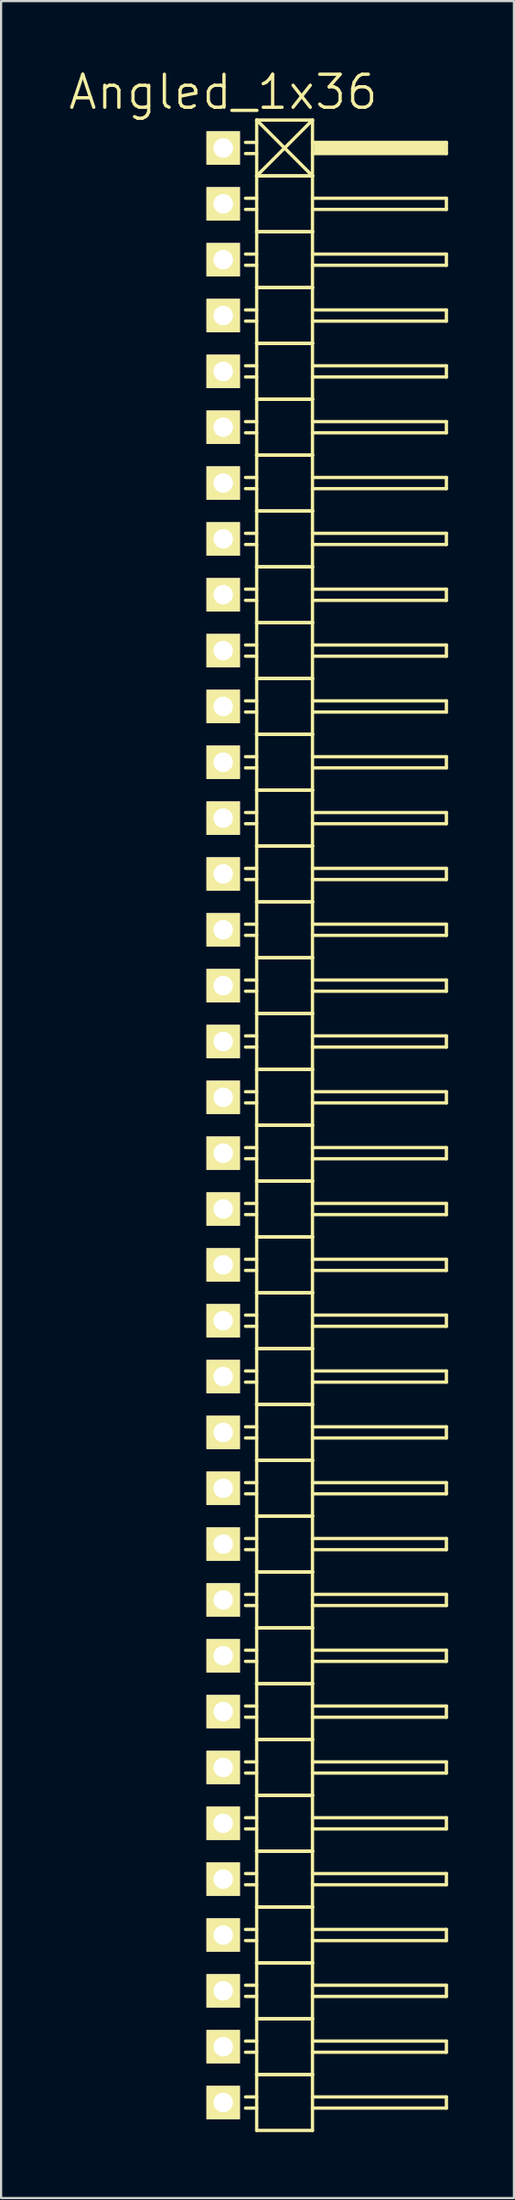
<source format=kicad_pcb>
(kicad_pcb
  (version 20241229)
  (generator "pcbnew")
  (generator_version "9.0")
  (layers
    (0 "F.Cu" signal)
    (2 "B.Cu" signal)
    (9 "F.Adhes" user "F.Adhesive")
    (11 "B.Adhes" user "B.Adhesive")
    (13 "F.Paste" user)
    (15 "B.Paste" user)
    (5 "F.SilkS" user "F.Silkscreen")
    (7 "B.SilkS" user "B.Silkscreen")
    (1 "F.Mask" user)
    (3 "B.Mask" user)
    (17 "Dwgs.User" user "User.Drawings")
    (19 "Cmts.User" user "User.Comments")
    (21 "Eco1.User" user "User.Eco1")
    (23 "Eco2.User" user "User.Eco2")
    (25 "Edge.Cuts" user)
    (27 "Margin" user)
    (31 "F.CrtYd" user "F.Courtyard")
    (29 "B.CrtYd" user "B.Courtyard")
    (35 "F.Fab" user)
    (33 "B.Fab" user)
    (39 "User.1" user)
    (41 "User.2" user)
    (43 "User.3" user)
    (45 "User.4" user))
  (footprint "Angled_1x36"
    (layer "F.Cu")
    (at 7.111 48.131)
    (property "Reference" "Angled_1x36" (at 0 -46.99 0) (layer "F.SilkS") (effects (font (size 1.5 1.5) (thickness 0.15))))
    (attr through_hole)
    (fp_line (start 1.524 -45.72) (end 1.524 -43.18) (stroke (width 0.15) (type solid)) (layer "F.SilkS"))
    (fp_line (start 1.524 -45.72) (end 4.064 -45.72) (stroke (width 0.15) (type solid)) (layer "F.SilkS"))
    (fp_line (start 1.524 -44.704) (end 1.016 -44.704) (stroke (width 0.15) (type solid)) (layer "F.SilkS"))
    (fp_line (start 1.524 -44.196) (end 1.016 -44.196) (stroke (width 0.15) (type solid)) (layer "F.SilkS"))
    (fp_line (start 1.524 -43.18) (end 1.524 -40.64) (stroke (width 0.15) (type solid)) (layer "F.SilkS"))
    (fp_line (start 1.524 -43.18) (end 4.064 -43.18) (stroke (width 0.15) (type solid)) (layer "F.SilkS"))
    (fp_line (start 1.524 -43.18) (end 4.064 -43.18) (stroke (width 0.15) (type solid)) (layer "F.SilkS"))
    (fp_line (start 1.524 -42.164) (end 1.016 -42.164) (stroke (width 0.15) (type solid)) (layer "F.SilkS"))
    (fp_line (start 1.524 -41.656) (end 1.016 -41.656) (stroke (width 0.15) (type solid)) (layer "F.SilkS"))
    (fp_line (start 1.524 -40.64) (end 1.524 -38.1) (stroke (width 0.15) (type solid)) (layer "F.SilkS"))
    (fp_line (start 1.524 -40.64) (end 4.064 -40.64) (stroke (width 0.15) (type solid)) (layer "F.SilkS"))
    (fp_line (start 1.524 -40.64) (end 4.064 -40.64) (stroke (width 0.15) (type solid)) (layer "F.SilkS"))
    (fp_line (start 1.524 -39.624) (end 1.016 -39.624) (stroke (width 0.15) (type solid)) (layer "F.SilkS"))
    (fp_line (start 1.524 -39.116) (end 1.016 -39.116) (stroke (width 0.15) (type solid)) (layer "F.SilkS"))
    (fp_line (start 1.524 -38.1) (end 1.524 -35.56) (stroke (width 0.15) (type solid)) (layer "F.SilkS"))
    (fp_line (start 1.524 -38.1) (end 4.064 -38.1) (stroke (width 0.15) (type solid)) (layer "F.SilkS"))
    (fp_line (start 1.524 -38.1) (end 4.064 -38.1) (stroke (width 0.15) (type solid)) (layer "F.SilkS"))
    (fp_line (start 1.524 -37.084) (end 1.016 -37.084) (stroke (width 0.15) (type solid)) (layer "F.SilkS"))
    (fp_line (start 1.524 -36.576) (end 1.016 -36.576) (stroke (width 0.15) (type solid)) (layer "F.SilkS"))
    (fp_line (start 1.524 -35.56) (end 1.524 -33.02) (stroke (width 0.15) (type solid)) (layer "F.SilkS"))
    (fp_line (start 1.524 -35.56) (end 4.064 -35.56) (stroke (width 0.15) (type solid)) (layer "F.SilkS"))
    (fp_line (start 1.524 -35.56) (end 4.064 -35.56) (stroke (width 0.15) (type solid)) (layer "F.SilkS"))
    (fp_line (start 1.524 -34.544) (end 1.016 -34.544) (stroke (width 0.15) (type solid)) (layer "F.SilkS"))
    (fp_line (start 1.524 -34.036) (end 1.016 -34.036) (stroke (width 0.15) (type solid)) (layer "F.SilkS"))
    (fp_line (start 1.524 -33.02) (end 1.524 -30.48) (stroke (width 0.15) (type solid)) (layer "F.SilkS"))
    (fp_line (start 1.524 -33.02) (end 4.064 -33.02) (stroke (width 0.15) (type solid)) (layer "F.SilkS"))
    (fp_line (start 1.524 -33.02) (end 4.064 -33.02) (stroke (width 0.15) (type solid)) (layer "F.SilkS"))
    (fp_line (start 1.524 -32.004) (end 1.016 -32.004) (stroke (width 0.15) (type solid)) (layer "F.SilkS"))
    (fp_line (start 1.524 -31.496) (end 1.016 -31.496) (stroke (width 0.15) (type solid)) (layer "F.SilkS"))
    (fp_line (start 1.524 -30.48) (end 1.524 -27.94) (stroke (width 0.15) (type solid)) (layer "F.SilkS"))
    (fp_line (start 1.524 -30.48) (end 4.064 -30.48) (stroke (width 0.15) (type solid)) (layer "F.SilkS"))
    (fp_line (start 1.524 -30.48) (end 4.064 -30.48) (stroke (width 0.15) (type solid)) (layer "F.SilkS"))
    (fp_line (start 1.524 -29.464) (end 1.016 -29.464) (stroke (width 0.15) (type solid)) (layer "F.SilkS"))
    (fp_line (start 1.524 -28.956) (end 1.016 -28.956) (stroke (width 0.15) (type solid)) (layer "F.SilkS"))
    (fp_line (start 1.524 -27.94) (end 1.524 -25.4) (stroke (width 0.15) (type solid)) (layer "F.SilkS"))
    (fp_line (start 1.524 -27.94) (end 4.064 -27.94) (stroke (width 0.15) (type solid)) (layer "F.SilkS"))
    (fp_line (start 1.524 -27.94) (end 4.064 -27.94) (stroke (width 0.15) (type solid)) (layer "F.SilkS"))
    (fp_line (start 1.524 -26.924) (end 1.016 -26.924) (stroke (width 0.15) (type solid)) (layer "F.SilkS"))
    (fp_line (start 1.524 -26.416) (end 1.016 -26.416) (stroke (width 0.15) (type solid)) (layer "F.SilkS"))
    (fp_line (start 1.524 -25.4) (end 1.524 -22.86) (stroke (width 0.15) (type solid)) (layer "F.SilkS"))
    (fp_line (start 1.524 -25.4) (end 4.064 -25.4) (stroke (width 0.15) (type solid)) (layer "F.SilkS"))
    (fp_line (start 1.524 -25.4) (end 4.064 -25.4) (stroke (width 0.15) (type solid)) (layer "F.SilkS"))
    (fp_line (start 1.524 -24.384) (end 1.016 -24.384) (stroke (width 0.15) (type solid)) (layer "F.SilkS"))
    (fp_line (start 1.524 -23.876) (end 1.016 -23.876) (stroke (width 0.15) (type solid)) (layer "F.SilkS"))
    (fp_line (start 1.524 -22.86) (end 1.524 -20.32) (stroke (width 0.15) (type solid)) (layer "F.SilkS"))
    (fp_line (start 1.524 -22.86) (end 4.064 -22.86) (stroke (width 0.15) (type solid)) (layer "F.SilkS"))
    (fp_line (start 1.524 -22.86) (end 4.064 -22.86) (stroke (width 0.15) (type solid)) (layer "F.SilkS"))
    (fp_line (start 1.524 -21.844) (end 1.016 -21.844) (stroke (width 0.15) (type solid)) (layer "F.SilkS"))
    (fp_line (start 1.524 -21.336) (end 1.016 -21.336) (stroke (width 0.15) (type solid)) (layer "F.SilkS"))
    (fp_line (start 1.524 -20.32) (end 1.524 -17.78) (stroke (width 0.15) (type solid)) (layer "F.SilkS"))
    (fp_line (start 1.524 -20.32) (end 4.064 -20.32) (stroke (width 0.15) (type solid)) (layer "F.SilkS"))
    (fp_line (start 1.524 -20.32) (end 4.064 -20.32) (stroke (width 0.15) (type solid)) (layer "F.SilkS"))
    (fp_line (start 1.524 -19.304) (end 1.016 -19.304) (stroke (width 0.15) (type solid)) (layer "F.SilkS"))
    (fp_line (start 1.524 -18.796) (end 1.016 -18.796) (stroke (width 0.15) (type solid)) (layer "F.SilkS"))
    (fp_line (start 1.524 -17.78) (end 1.524 -15.24) (stroke (width 0.15) (type solid)) (layer "F.SilkS"))
    (fp_line (start 1.524 -17.78) (end 4.064 -17.78) (stroke (width 0.15) (type solid)) (layer "F.SilkS"))
    (fp_line (start 1.524 -17.78) (end 4.064 -17.78) (stroke (width 0.15) (type solid)) (layer "F.SilkS"))
    (fp_line (start 1.524 -16.764) (end 1.016 -16.764) (stroke (width 0.15) (type solid)) (layer "F.SilkS"))
    (fp_line (start 1.524 -16.256) (end 1.016 -16.256) (stroke (width 0.15) (type solid)) (layer "F.SilkS"))
    (fp_line (start 1.524 -15.24) (end 1.524 -12.7) (stroke (width 0.15) (type solid)) (layer "F.SilkS"))
    (fp_line (start 1.524 -15.24) (end 4.064 -15.24) (stroke (width 0.15) (type solid)) (layer "F.SilkS"))
    (fp_line (start 1.524 -15.24) (end 4.064 -15.24) (stroke (width 0.15) (type solid)) (layer "F.SilkS"))
    (fp_line (start 1.524 -14.224) (end 1.016 -14.224) (stroke (width 0.15) (type solid)) (layer "F.SilkS"))
    (fp_line (start 1.524 -13.716) (end 1.016 -13.716) (stroke (width 0.15) (type solid)) (layer "F.SilkS"))
    (fp_line (start 1.524 -12.7) (end 1.524 -10.16) (stroke (width 0.15) (type solid)) (layer "F.SilkS"))
    (fp_line (start 1.524 -12.7) (end 4.064 -12.7) (stroke (width 0.15) (type solid)) (layer "F.SilkS"))
    (fp_line (start 1.524 -12.7) (end 4.064 -12.7) (stroke (width 0.15) (type solid)) (layer "F.SilkS"))
    (fp_line (start 1.524 -11.684) (end 1.016 -11.684) (stroke (width 0.15) (type solid)) (layer "F.SilkS"))
    (fp_line (start 1.524 -11.176) (end 1.016 -11.176) (stroke (width 0.15) (type solid)) (layer "F.SilkS"))
    (fp_line (start 1.524 -10.16) (end 1.524 -7.62) (stroke (width 0.15) (type solid)) (layer "F.SilkS"))
    (fp_line (start 1.524 -10.16) (end 4.064 -10.16) (stroke (width 0.15) (type solid)) (layer "F.SilkS"))
    (fp_line (start 1.524 -10.16) (end 4.064 -10.16) (stroke (width 0.15) (type solid)) (layer "F.SilkS"))
    (fp_line (start 1.524 -9.144) (end 1.016 -9.144) (stroke (width 0.15) (type solid)) (layer "F.SilkS"))
    (fp_line (start 1.524 -8.636) (end 1.016 -8.636) (stroke (width 0.15) (type solid)) (layer "F.SilkS"))
    (fp_line (start 1.524 -7.62) (end 1.524 -5.08) (stroke (width 0.15) (type solid)) (layer "F.SilkS"))
    (fp_line (start 1.524 -7.62) (end 4.064 -7.62) (stroke (width 0.15) (type solid)) (layer "F.SilkS"))
    (fp_line (start 1.524 -7.62) (end 4.064 -7.62) (stroke (width 0.15) (type solid)) (layer "F.SilkS"))
    (fp_line (start 1.524 -6.604) (end 1.016 -6.604) (stroke (width 0.15) (type solid)) (layer "F.SilkS"))
    (fp_line (start 1.524 -6.096) (end 1.016 -6.096) (stroke (width 0.15) (type solid)) (layer "F.SilkS"))
    (fp_line (start 1.524 -5.08) (end 1.524 -2.54) (stroke (width 0.15) (type solid)) (layer "F.SilkS"))
    (fp_line (start 1.524 -5.08) (end 4.064 -5.08) (stroke (width 0.15) (type solid)) (layer "F.SilkS"))
    (fp_line (start 1.524 -5.08) (end 4.064 -5.08) (stroke (width 0.15) (type solid)) (layer "F.SilkS"))
    (fp_line (start 1.524 -4.064) (end 1.016 -4.064) (stroke (width 0.15) (type solid)) (layer "F.SilkS"))
    (fp_line (start 1.524 -3.556) (end 1.016 -3.556) (stroke (width 0.15) (type solid)) (layer "F.SilkS"))
    (fp_line (start 1.524 -2.54) (end 1.524 0) (stroke (width 0.15) (type solid)) (layer "F.SilkS"))
    (fp_line (start 1.524 -2.54) (end 4.064 -2.54) (stroke (width 0.15) (type solid)) (layer "F.SilkS"))
    (fp_line (start 1.524 -2.54) (end 4.064 -2.54) (stroke (width 0.15) (type solid)) (layer "F.SilkS"))
    (fp_line (start 1.524 -1.524) (end 1.016 -1.524) (stroke (width 0.15) (type solid)) (layer "F.SilkS"))
    (fp_line (start 1.524 -1.016) (end 1.016 -1.016) (stroke (width 0.15) (type solid)) (layer "F.SilkS"))
    (fp_line (start 1.524 0) (end 1.524 2.54) (stroke (width 0.15) (type solid)) (layer "F.SilkS"))
    (fp_line (start 1.524 0) (end 4.064 0) (stroke (width 0.15) (type solid)) (layer "F.SilkS"))
    (fp_line (start 1.524 0) (end 4.064 0) (stroke (width 0.15) (type solid)) (layer "F.SilkS"))
    (fp_line (start 1.524 1.016) (end 1.016 1.016) (stroke (width 0.15) (type solid)) (layer "F.SilkS"))
    (fp_line (start 1.524 1.524) (end 1.016 1.524) (stroke (width 0.15) (type solid)) (layer "F.SilkS"))
    (fp_line (start 1.524 2.54) (end 1.524 5.08) (stroke (width 0.15) (type solid)) (layer "F.SilkS"))
    (fp_line (start 1.524 2.54) (end 4.064 2.54) (stroke (width 0.15) (type solid)) (layer "F.SilkS"))
    (fp_line (start 1.524 2.54) (end 4.064 2.54) (stroke (width 0.15) (type solid)) (layer "F.SilkS"))
    (fp_line (start 1.524 3.556) (end 1.016 3.556) (stroke (width 0.15) (type solid)) (layer "F.SilkS"))
    (fp_line (start 1.524 4.064) (end 1.016 4.064) (stroke (width 0.15) (type solid)) (layer "F.SilkS"))
    (fp_line (start 1.524 5.08) (end 1.524 7.62) (stroke (width 0.15) (type solid)) (layer "F.SilkS"))
    (fp_line (start 1.524 5.08) (end 4.064 5.08) (stroke (width 0.15) (type solid)) (layer "F.SilkS"))
    (fp_line (start 1.524 5.08) (end 4.064 5.08) (stroke (width 0.15) (type solid)) (layer "F.SilkS"))
    (fp_line (start 1.524 6.096) (end 1.016 6.096) (stroke (width 0.15) (type solid)) (layer "F.SilkS"))
    (fp_line (start 1.524 6.604) (end 1.016 6.604) (stroke (width 0.15) (type solid)) (layer "F.SilkS"))
    (fp_line (start 1.524 7.62) (end 1.524 10.16) (stroke (width 0.15) (type solid)) (layer "F.SilkS"))
    (fp_line (start 1.524 7.62) (end 4.064 7.62) (stroke (width 0.15) (type solid)) (layer "F.SilkS"))
    (fp_line (start 1.524 7.62) (end 4.064 7.62) (stroke (width 0.15) (type solid)) (layer "F.SilkS"))
    (fp_line (start 1.524 8.636) (end 1.016 8.636) (stroke (width 0.15) (type solid)) (layer "F.SilkS"))
    (fp_line (start 1.524 9.144) (end 1.016 9.144) (stroke (width 0.15) (type solid)) (layer "F.SilkS"))
    (fp_line (start 1.524 10.16) (end 1.524 12.7) (stroke (width 0.15) (type solid)) (layer "F.SilkS"))
    (fp_line (start 1.524 10.16) (end 4.064 10.16) (stroke (width 0.15) (type solid)) (layer "F.SilkS"))
    (fp_line (start 1.524 10.16) (end 4.064 10.16) (stroke (width 0.15) (type solid)) (layer "F.SilkS"))
    (fp_line (start 1.524 11.176) (end 1.016 11.176) (stroke (width 0.15) (type solid)) (layer "F.SilkS"))
    (fp_line (start 1.524 11.684) (end 1.016 11.684) (stroke (width 0.15) (type solid)) (layer "F.SilkS"))
    (fp_line (start 1.524 12.7) (end 1.524 15.24) (stroke (width 0.15) (type solid)) (layer "F.SilkS"))
    (fp_line (start 1.524 12.7) (end 4.064 12.7) (stroke (width 0.15) (type solid)) (layer "F.SilkS"))
    (fp_line (start 1.524 12.7) (end 4.064 12.7) (stroke (width 0.15) (type solid)) (layer "F.SilkS"))
    (fp_line (start 1.524 13.716) (end 1.016 13.716) (stroke (width 0.15) (type solid)) (layer "F.SilkS"))
    (fp_line (start 1.524 14.224) (end 1.016 14.224) (stroke (width 0.15) (type solid)) (layer "F.SilkS"))
    (fp_line (start 1.524 15.24) (end 1.524 17.78) (stroke (width 0.15) (type solid)) (layer "F.SilkS"))
    (fp_line (start 1.524 15.24) (end 4.064 15.24) (stroke (width 0.15) (type solid)) (layer "F.SilkS"))
    (fp_line (start 1.524 15.24) (end 4.064 15.24) (stroke (width 0.15) (type solid)) (layer "F.SilkS"))
    (fp_line (start 1.524 16.256) (end 1.016 16.256) (stroke (width 0.15) (type solid)) (layer "F.SilkS"))
    (fp_line (start 1.524 16.764) (end 1.016 16.764) (stroke (width 0.15) (type solid)) (layer "F.SilkS"))
    (fp_line (start 1.524 17.78) (end 1.524 20.32) (stroke (width 0.15) (type solid)) (layer "F.SilkS"))
    (fp_line (start 1.524 17.78) (end 4.064 17.78) (stroke (width 0.15) (type solid)) (layer "F.SilkS"))
    (fp_line (start 1.524 17.78) (end 4.064 17.78) (stroke (width 0.15) (type solid)) (layer "F.SilkS"))
    (fp_line (start 1.524 18.796) (end 1.016 18.796) (stroke (width 0.15) (type solid)) (layer "F.SilkS"))
    (fp_line (start 1.524 19.304) (end 1.016 19.304) (stroke (width 0.15) (type solid)) (layer "F.SilkS"))
    (fp_line (start 1.524 20.32) (end 1.524 22.86) (stroke (width 0.15) (type solid)) (layer "F.SilkS"))
    (fp_line (start 1.524 20.32) (end 4.064 20.32) (stroke (width 0.15) (type solid)) (layer "F.SilkS"))
    (fp_line (start 1.524 20.32) (end 4.064 20.32) (stroke (width 0.15) (type solid)) (layer "F.SilkS"))
    (fp_line (start 1.524 21.336) (end 1.016 21.336) (stroke (width 0.15) (type solid)) (layer "F.SilkS"))
    (fp_line (start 1.524 21.844) (end 1.016 21.844) (stroke (width 0.15) (type solid)) (layer "F.SilkS"))
    (fp_line (start 1.524 22.86) (end 1.524 25.4) (stroke (width 0.15) (type solid)) (layer "F.SilkS"))
    (fp_line (start 1.524 22.86) (end 4.064 22.86) (stroke (width 0.15) (type solid)) (layer "F.SilkS"))
    (fp_line (start 1.524 22.86) (end 4.064 22.86) (stroke (width 0.15) (type solid)) (layer "F.SilkS"))
    (fp_line (start 1.524 23.876) (end 1.016 23.876) (stroke (width 0.15) (type solid)) (layer "F.SilkS"))
    (fp_line (start 1.524 24.384) (end 1.016 24.384) (stroke (width 0.15) (type solid)) (layer "F.SilkS"))
    (fp_line (start 1.524 25.4) (end 1.524 27.94) (stroke (width 0.15) (type solid)) (layer "F.SilkS"))
    (fp_line (start 1.524 25.4) (end 4.064 25.4) (stroke (width 0.15) (type solid)) (layer "F.SilkS"))
    (fp_line (start 1.524 25.4) (end 4.064 25.4) (stroke (width 0.15) (type solid)) (layer "F.SilkS"))
    (fp_line (start 1.524 26.416) (end 1.016 26.416) (stroke (width 0.15) (type solid)) (layer "F.SilkS"))
    (fp_line (start 1.524 26.924) (end 1.016 26.924) (stroke (width 0.15) (type solid)) (layer "F.SilkS"))
    (fp_line (start 1.524 27.94) (end 1.524 30.48) (stroke (width 0.15) (type solid)) (layer "F.SilkS"))
    (fp_line (start 1.524 27.94) (end 4.064 27.94) (stroke (width 0.15) (type solid)) (layer "F.SilkS"))
    (fp_line (start 1.524 27.94) (end 4.064 27.94) (stroke (width 0.15) (type solid)) (layer "F.SilkS"))
    (fp_line (start 1.524 28.956) (end 1.016 28.956) (stroke (width 0.15) (type solid)) (layer "F.SilkS"))
    (fp_line (start 1.524 29.464) (end 1.016 29.464) (stroke (width 0.15) (type solid)) (layer "F.SilkS"))
    (fp_line (start 1.524 30.48) (end 1.524 33.02) (stroke (width 0.15) (type solid)) (layer "F.SilkS"))
    (fp_line (start 1.524 30.48) (end 4.064 30.48) (stroke (width 0.15) (type solid)) (layer "F.SilkS"))
    (fp_line (start 1.524 30.48) (end 4.064 30.48) (stroke (width 0.15) (type solid)) (layer "F.SilkS"))
    (fp_line (start 1.524 31.496) (end 1.016 31.496) (stroke (width 0.15) (type solid)) (layer "F.SilkS"))
    (fp_line (start 1.524 32.004) (end 1.016 32.004) (stroke (width 0.15) (type solid)) (layer "F.SilkS"))
    (fp_line (start 1.524 33.02) (end 1.524 35.56) (stroke (width 0.15) (type solid)) (layer "F.SilkS"))
    (fp_line (start 1.524 33.02) (end 4.064 33.02) (stroke (width 0.15) (type solid)) (layer "F.SilkS"))
    (fp_line (start 1.524 33.02) (end 4.064 33.02) (stroke (width 0.15) (type solid)) (layer "F.SilkS"))
    (fp_line (start 1.524 34.036) (end 1.016 34.036) (stroke (width 0.15) (type solid)) (layer "F.SilkS"))
    (fp_line (start 1.524 34.544) (end 1.016 34.544) (stroke (width 0.15) (type solid)) (layer "F.SilkS"))
    (fp_line (start 1.524 35.56) (end 1.524 38.1) (stroke (width 0.15) (type solid)) (layer "F.SilkS"))
    (fp_line (start 1.524 35.56) (end 4.064 35.56) (stroke (width 0.15) (type solid)) (layer "F.SilkS"))
    (fp_line (start 1.524 35.56) (end 4.064 35.56) (stroke (width 0.15) (type solid)) (layer "F.SilkS"))
    (fp_line (start 1.524 36.576) (end 1.016 36.576) (stroke (width 0.15) (type solid)) (layer "F.SilkS"))
    (fp_line (start 1.524 37.084) (end 1.016 37.084) (stroke (width 0.15) (type solid)) (layer "F.SilkS"))
    (fp_line (start 1.524 38.1) (end 1.524 40.64) (stroke (width 0.15) (type solid)) (layer "F.SilkS"))
    (fp_line (start 1.524 38.1) (end 4.064 38.1) (stroke (width 0.15) (type solid)) (layer "F.SilkS"))
    (fp_line (start 1.524 38.1) (end 4.064 38.1) (stroke (width 0.15) (type solid)) (layer "F.SilkS"))
    (fp_line (start 1.524 39.116) (end 1.016 39.116) (stroke (width 0.15) (type solid)) (layer "F.SilkS"))
    (fp_line (start 1.524 39.624) (end 1.016 39.624) (stroke (width 0.15) (type solid)) (layer "F.SilkS"))
    (fp_line (start 1.524 40.64) (end 1.524 43.18) (stroke (width 0.15) (type solid)) (layer "F.SilkS"))
    (fp_line (start 1.524 40.64) (end 4.064 40.64) (stroke (width 0.15) (type solid)) (layer "F.SilkS"))
    (fp_line (start 1.524 40.64) (end 4.064 40.64) (stroke (width 0.15) (type solid)) (layer "F.SilkS"))
    (fp_line (start 1.524 41.656) (end 1.016 41.656) (stroke (width 0.15) (type solid)) (layer "F.SilkS"))
    (fp_line (start 1.524 42.164) (end 1.016 42.164) (stroke (width 0.15) (type solid)) (layer "F.SilkS"))
    (fp_line (start 1.524 43.18) (end 1.524 45.72) (stroke (width 0.15) (type solid)) (layer "F.SilkS"))
    (fp_line (start 1.524 43.18) (end 4.064 43.18) (stroke (width 0.15) (type solid)) (layer "F.SilkS"))
    (fp_line (start 1.524 43.18) (end 4.064 43.18) (stroke (width 0.15) (type solid)) (layer "F.SilkS"))
    (fp_line (start 1.524 44.196) (end 1.016 44.196) (stroke (width 0.15) (type solid)) (layer "F.SilkS"))
    (fp_line (start 1.524 44.704) (end 1.016 44.704) (stroke (width 0.15) (type solid)) (layer "F.SilkS"))
    (fp_line (start 1.524 45.72) (end 4.064 45.72) (stroke (width 0.15) (type solid)) (layer "F.SilkS"))
    (fp_line (start 4.064 -45.72) (end 1.524 -43.18) (stroke (width 0.15) (type solid)) (layer "F.SilkS"))
    (fp_line (start 4.064 -44.704) (end 10.16 -44.704) (stroke (width 0.15) (type solid)) (layer "F.SilkS"))
    (fp_line (start 4.064 -43.18) (end 1.524 -45.72) (stroke (width 0.15) (type solid)) (layer "F.SilkS"))
    (fp_line (start 4.064 -43.18) (end 4.064 -45.72) (stroke (width 0.15) (type solid)) (layer "F.SilkS"))
    (fp_line (start 4.064 -42.164) (end 10.16 -42.164) (stroke (width 0.15) (type solid)) (layer "F.SilkS"))
    (fp_line (start 4.064 -40.64) (end 4.064 -43.18) (stroke (width 0.15) (type solid)) (layer "F.SilkS"))
    (fp_line (start 4.064 -39.624) (end 10.16 -39.624) (stroke (width 0.15) (type solid)) (layer "F.SilkS"))
    (fp_line (start 4.064 -38.1) (end 4.064 -40.64) (stroke (width 0.15) (type solid)) (layer "F.SilkS"))
    (fp_line (start 4.064 -37.084) (end 10.16 -37.084) (stroke (width 0.15) (type solid)) (layer "F.SilkS"))
    (fp_line (start 4.064 -35.56) (end 4.064 -38.1) (stroke (width 0.15) (type solid)) (layer "F.SilkS"))
    (fp_line (start 4.064 -34.544) (end 10.16 -34.544) (stroke (width 0.15) (type solid)) (layer "F.SilkS"))
    (fp_line (start 4.064 -33.02) (end 4.064 -35.56) (stroke (width 0.15) (type solid)) (layer "F.SilkS"))
    (fp_line (start 4.064 -32.004) (end 10.16 -32.004) (stroke (width 0.15) (type solid)) (layer "F.SilkS"))
    (fp_line (start 4.064 -30.48) (end 4.064 -33.02) (stroke (width 0.15) (type solid)) (layer "F.SilkS"))
    (fp_line (start 4.064 -29.464) (end 10.16 -29.464) (stroke (width 0.15) (type solid)) (layer "F.SilkS"))
    (fp_line (start 4.064 -27.94) (end 4.064 -30.48) (stroke (width 0.15) (type solid)) (layer "F.SilkS"))
    (fp_line (start 4.064 -26.924) (end 10.16 -26.924) (stroke (width 0.15) (type solid)) (layer "F.SilkS"))
    (fp_line (start 4.064 -25.4) (end 4.064 -27.94) (stroke (width 0.15) (type solid)) (layer "F.SilkS"))
    (fp_line (start 4.064 -24.384) (end 10.16 -24.384) (stroke (width 0.15) (type solid)) (layer "F.SilkS"))
    (fp_line (start 4.064 -22.86) (end 4.064 -25.4) (stroke (width 0.15) (type solid)) (layer "F.SilkS"))
    (fp_line (start 4.064 -21.844) (end 10.16 -21.844) (stroke (width 0.15) (type solid)) (layer "F.SilkS"))
    (fp_line (start 4.064 -20.32) (end 4.064 -22.86) (stroke (width 0.15) (type solid)) (layer "F.SilkS"))
    (fp_line (start 4.064 -19.304) (end 10.16 -19.304) (stroke (width 0.15) (type solid)) (layer "F.SilkS"))
    (fp_line (start 4.064 -17.78) (end 4.064 -20.32) (stroke (width 0.15) (type solid)) (layer "F.SilkS"))
    (fp_line (start 4.064 -16.764) (end 10.16 -16.764) (stroke (width 0.15) (type solid)) (layer "F.SilkS"))
    (fp_line (start 4.064 -15.24) (end 4.064 -17.78) (stroke (width 0.15) (type solid)) (layer "F.SilkS"))
    (fp_line (start 4.064 -14.224) (end 10.16 -14.224) (stroke (width 0.15) (type solid)) (layer "F.SilkS"))
    (fp_line (start 4.064 -12.7) (end 4.064 -15.24) (stroke (width 0.15) (type solid)) (layer "F.SilkS"))
    (fp_line (start 4.064 -11.684) (end 10.16 -11.684) (stroke (width 0.15) (type solid)) (layer "F.SilkS"))
    (fp_line (start 4.064 -10.16) (end 4.064 -12.7) (stroke (width 0.15) (type solid)) (layer "F.SilkS"))
    (fp_line (start 4.064 -9.144) (end 10.16 -9.144) (stroke (width 0.15) (type solid)) (layer "F.SilkS"))
    (fp_line (start 4.064 -7.62) (end 4.064 -10.16) (stroke (width 0.15) (type solid)) (layer "F.SilkS"))
    (fp_line (start 4.064 -6.604) (end 10.16 -6.604) (stroke (width 0.15) (type solid)) (layer "F.SilkS"))
    (fp_line (start 4.064 -5.08) (end 4.064 -7.62) (stroke (width 0.15) (type solid)) (layer "F.SilkS"))
    (fp_line (start 4.064 -4.064) (end 10.16 -4.064) (stroke (width 0.15) (type solid)) (layer "F.SilkS"))
    (fp_line (start 4.064 -2.54) (end 4.064 -5.08) (stroke (width 0.15) (type solid)) (layer "F.SilkS"))
    (fp_line (start 4.064 -1.524) (end 10.16 -1.524) (stroke (width 0.15) (type solid)) (layer "F.SilkS"))
    (fp_line (start 4.064 0) (end 4.064 -2.54) (stroke (width 0.15) (type solid)) (layer "F.SilkS"))
    (fp_line (start 4.064 1.016) (end 10.16 1.016) (stroke (width 0.15) (type solid)) (layer "F.SilkS"))
    (fp_line (start 4.064 2.54) (end 4.064 0) (stroke (width 0.15) (type solid)) (layer "F.SilkS"))
    (fp_line (start 4.064 3.556) (end 10.16 3.556) (stroke (width 0.15) (type solid)) (layer "F.SilkS"))
    (fp_line (start 4.064 5.08) (end 4.064 2.54) (stroke (width 0.15) (type solid)) (layer "F.SilkS"))
    (fp_line (start 4.064 6.096) (end 10.16 6.096) (stroke (width 0.15) (type solid)) (layer "F.SilkS"))
    (fp_line (start 4.064 7.62) (end 4.064 5.08) (stroke (width 0.15) (type solid)) (layer "F.SilkS"))
    (fp_line (start 4.064 8.636) (end 10.16 8.636) (stroke (width 0.15) (type solid)) (layer "F.SilkS"))
    (fp_line (start 4.064 10.16) (end 4.064 7.62) (stroke (width 0.15) (type solid)) (layer "F.SilkS"))
    (fp_line (start 4.064 11.176) (end 10.16 11.176) (stroke (width 0.15) (type solid)) (layer "F.SilkS"))
    (fp_line (start 4.064 12.7) (end 4.064 10.16) (stroke (width 0.15) (type solid)) (layer "F.SilkS"))
    (fp_line (start 4.064 13.716) (end 10.16 13.716) (stroke (width 0.15) (type solid)) (layer "F.SilkS"))
    (fp_line (start 4.064 15.24) (end 4.064 12.7) (stroke (width 0.15) (type solid)) (layer "F.SilkS"))
    (fp_line (start 4.064 16.256) (end 10.16 16.256) (stroke (width 0.15) (type solid)) (layer "F.SilkS"))
    (fp_line (start 4.064 17.78) (end 4.064 15.24) (stroke (width 0.15) (type solid)) (layer "F.SilkS"))
    (fp_line (start 4.064 18.796) (end 10.16 18.796) (stroke (width 0.15) (type solid)) (layer "F.SilkS"))
    (fp_line (start 4.064 20.32) (end 4.064 17.78) (stroke (width 0.15) (type solid)) (layer "F.SilkS"))
    (fp_line (start 4.064 21.336) (end 10.16 21.336) (stroke (width 0.15) (type solid)) (layer "F.SilkS"))
    (fp_line (start 4.064 22.86) (end 4.064 20.32) (stroke (width 0.15) (type solid)) (layer "F.SilkS"))
    (fp_line (start 4.064 23.876) (end 10.16 23.876) (stroke (width 0.15) (type solid)) (layer "F.SilkS"))
    (fp_line (start 4.064 25.4) (end 4.064 22.86) (stroke (width 0.15) (type solid)) (layer "F.SilkS"))
    (fp_line (start 4.064 26.416) (end 10.16 26.416) (stroke (width 0.15) (type solid)) (layer "F.SilkS"))
    (fp_line (start 4.064 27.94) (end 4.064 25.4) (stroke (width 0.15) (type solid)) (layer "F.SilkS"))
    (fp_line (start 4.064 28.956) (end 10.16 28.956) (stroke (width 0.15) (type solid)) (layer "F.SilkS"))
    (fp_line (start 4.064 30.48) (end 4.064 27.94) (stroke (width 0.15) (type solid)) (layer "F.SilkS"))
    (fp_line (start 4.064 31.496) (end 10.16 31.496) (stroke (width 0.15) (type solid)) (layer "F.SilkS"))
    (fp_line (start 4.064 33.02) (end 4.064 30.48) (stroke (width 0.15) (type solid)) (layer "F.SilkS"))
    (fp_line (start 4.064 34.036) (end 10.16 34.036) (stroke (width 0.15) (type solid)) (layer "F.SilkS"))
    (fp_line (start 4.064 35.56) (end 4.064 33.02) (stroke (width 0.15) (type solid)) (layer "F.SilkS"))
    (fp_line (start 4.064 36.576) (end 10.16 36.576) (stroke (width 0.15) (type solid)) (layer "F.SilkS"))
    (fp_line (start 4.064 38.1) (end 4.064 35.56) (stroke (width 0.15) (type solid)) (layer "F.SilkS"))
    (fp_line (start 4.064 39.116) (end 10.16 39.116) (stroke (width 0.15) (type solid)) (layer "F.SilkS"))
    (fp_line (start 4.064 40.64) (end 4.064 38.1) (stroke (width 0.15) (type solid)) (layer "F.SilkS"))
    (fp_line (start 4.064 41.656) (end 10.16 41.656) (stroke (width 0.15) (type solid)) (layer "F.SilkS"))
    (fp_line (start 4.064 43.18) (end 4.064 40.64) (stroke (width 0.15) (type solid)) (layer "F.SilkS"))
    (fp_line (start 4.064 44.196) (end 10.16 44.196) (stroke (width 0.15) (type solid)) (layer "F.SilkS"))
    (fp_line (start 4.064 45.72) (end 4.064 43.18) (stroke (width 0.15) (type solid)) (layer "F.SilkS"))
    (fp_line (start 4.191 -44.577) (end 10.033 -44.577) (stroke (width 0.15) (type solid)) (layer "F.SilkS"))
    (fp_line (start 4.191 -44.45) (end 10.033 -44.45) (stroke (width 0.15) (type solid)) (layer "F.SilkS"))
    (fp_line (start 10.033 -44.577) (end 10.033 -44.323) (stroke (width 0.15) (type solid)) (layer "F.SilkS"))
    (fp_line (start 10.033 -44.323) (end 4.191 -44.323) (stroke (width 0.15) (type solid)) (layer "F.SilkS"))
    (fp_line (start 10.16 -44.704) (end 10.16 -44.196) (stroke (width 0.15) (type solid)) (layer "F.SilkS"))
    (fp_line (start 10.16 -44.196) (end 4.064 -44.196) (stroke (width 0.15) (type solid)) (layer "F.SilkS"))
    (fp_line (start 10.16 -42.164) (end 10.16 -41.656) (stroke (width 0.15) (type solid)) (layer "F.SilkS"))
    (fp_line (start 10.16 -41.656) (end 4.064 -41.656) (stroke (width 0.15) (type solid)) (layer "F.SilkS"))
    (fp_line (start 10.16 -39.624) (end 10.16 -39.116) (stroke (width 0.15) (type solid)) (layer "F.SilkS"))
    (fp_line (start 10.16 -39.116) (end 4.064 -39.116) (stroke (width 0.15) (type solid)) (layer "F.SilkS"))
    (fp_line (start 10.16 -37.084) (end 10.16 -36.576) (stroke (width 0.15) (type solid)) (layer "F.SilkS"))
    (fp_line (start 10.16 -36.576) (end 4.064 -36.576) (stroke (width 0.15) (type solid)) (layer "F.SilkS"))
    (fp_line (start 10.16 -34.544) (end 10.16 -34.036) (stroke (width 0.15) (type solid)) (layer "F.SilkS"))
    (fp_line (start 10.16 -34.036) (end 4.064 -34.036) (stroke (width 0.15) (type solid)) (layer "F.SilkS"))
    (fp_line (start 10.16 -32.004) (end 10.16 -31.496) (stroke (width 0.15) (type solid)) (layer "F.SilkS"))
    (fp_line (start 10.16 -31.496) (end 4.064 -31.496) (stroke (width 0.15) (type solid)) (layer "F.SilkS"))
    (fp_line (start 10.16 -29.464) (end 10.16 -28.956) (stroke (width 0.15) (type solid)) (layer "F.SilkS"))
    (fp_line (start 10.16 -28.956) (end 4.064 -28.956) (stroke (width 0.15) (type solid)) (layer "F.SilkS"))
    (fp_line (start 10.16 -26.924) (end 10.16 -26.416) (stroke (width 0.15) (type solid)) (layer "F.SilkS"))
    (fp_line (start 10.16 -26.416) (end 4.064 -26.416) (stroke (width 0.15) (type solid)) (layer "F.SilkS"))
    (fp_line (start 10.16 -24.384) (end 10.16 -23.876) (stroke (width 0.15) (type solid)) (layer "F.SilkS"))
    (fp_line (start 10.16 -23.876) (end 4.064 -23.876) (stroke (width 0.15) (type solid)) (layer "F.SilkS"))
    (fp_line (start 10.16 -21.844) (end 10.16 -21.336) (stroke (width 0.15) (type solid)) (layer "F.SilkS"))
    (fp_line (start 10.16 -21.336) (end 4.064 -21.336) (stroke (width 0.15) (type solid)) (layer "F.SilkS"))
    (fp_line (start 10.16 -19.304) (end 10.16 -18.796) (stroke (width 0.15) (type solid)) (layer "F.SilkS"))
    (fp_line (start 10.16 -18.796) (end 4.064 -18.796) (stroke (width 0.15) (type solid)) (layer "F.SilkS"))
    (fp_line (start 10.16 -16.764) (end 10.16 -16.256) (stroke (width 0.15) (type solid)) (layer "F.SilkS"))
    (fp_line (start 10.16 -16.256) (end 4.064 -16.256) (stroke (width 0.15) (type solid)) (layer "F.SilkS"))
    (fp_line (start 10.16 -14.224) (end 10.16 -13.716) (stroke (width 0.15) (type solid)) (layer "F.SilkS"))
    (fp_line (start 10.16 -13.716) (end 4.064 -13.716) (stroke (width 0.15) (type solid)) (layer "F.SilkS"))
    (fp_line (start 10.16 -11.684) (end 10.16 -11.176) (stroke (width 0.15) (type solid)) (layer "F.SilkS"))
    (fp_line (start 10.16 -11.176) (end 4.064 -11.176) (stroke (width 0.15) (type solid)) (layer "F.SilkS"))
    (fp_line (start 10.16 -9.144) (end 10.16 -8.636) (stroke (width 0.15) (type solid)) (layer "F.SilkS"))
    (fp_line (start 10.16 -8.636) (end 4.064 -8.636) (stroke (width 0.15) (type solid)) (layer "F.SilkS"))
    (fp_line (start 10.16 -6.604) (end 10.16 -6.096) (stroke (width 0.15) (type solid)) (layer "F.SilkS"))
    (fp_line (start 10.16 -6.096) (end 4.064 -6.096) (stroke (width 0.15) (type solid)) (layer "F.SilkS"))
    (fp_line (start 10.16 -4.064) (end 10.16 -3.556) (stroke (width 0.15) (type solid)) (layer "F.SilkS"))
    (fp_line (start 10.16 -3.556) (end 4.064 -3.556) (stroke (width 0.15) (type solid)) (layer "F.SilkS"))
    (fp_line (start 10.16 -1.524) (end 10.16 -1.016) (stroke (width 0.15) (type solid)) (layer "F.SilkS"))
    (fp_line (start 10.16 -1.016) (end 4.064 -1.016) (stroke (width 0.15) (type solid)) (layer "F.SilkS"))
    (fp_line (start 10.16 1.016) (end 10.16 1.524) (stroke (width 0.15) (type solid)) (layer "F.SilkS"))
    (fp_line (start 10.16 1.524) (end 4.064 1.524) (stroke (width 0.15) (type solid)) (layer "F.SilkS"))
    (fp_line (start 10.16 3.556) (end 10.16 4.064) (stroke (width 0.15) (type solid)) (layer "F.SilkS"))
    (fp_line (start 10.16 4.064) (end 4.064 4.064) (stroke (width 0.15) (type solid)) (layer "F.SilkS"))
    (fp_line (start 10.16 6.096) (end 10.16 6.604) (stroke (width 0.15) (type solid)) (layer "F.SilkS"))
    (fp_line (start 10.16 6.604) (end 4.064 6.604) (stroke (width 0.15) (type solid)) (layer "F.SilkS"))
    (fp_line (start 10.16 8.636) (end 10.16 9.144) (stroke (width 0.15) (type solid)) (layer "F.SilkS"))
    (fp_line (start 10.16 9.144) (end 4.064 9.144) (stroke (width 0.15) (type solid)) (layer "F.SilkS"))
    (fp_line (start 10.16 11.176) (end 10.16 11.684) (stroke (width 0.15) (type solid)) (layer "F.SilkS"))
    (fp_line (start 10.16 11.684) (end 4.064 11.684) (stroke (width 0.15) (type solid)) (layer "F.SilkS"))
    (fp_line (start 10.16 13.716) (end 10.16 14.224) (stroke (width 0.15) (type solid)) (layer "F.SilkS"))
    (fp_line (start 10.16 14.224) (end 4.064 14.224) (stroke (width 0.15) (type solid)) (layer "F.SilkS"))
    (fp_line (start 10.16 16.256) (end 10.16 16.764) (stroke (width 0.15) (type solid)) (layer "F.SilkS"))
    (fp_line (start 10.16 16.764) (end 4.064 16.764) (stroke (width 0.15) (type solid)) (layer "F.SilkS"))
    (fp_line (start 10.16 18.796) (end 10.16 19.304) (stroke (width 0.15) (type solid)) (layer "F.SilkS"))
    (fp_line (start 10.16 19.304) (end 4.064 19.304) (stroke (width 0.15) (type solid)) (layer "F.SilkS"))
    (fp_line (start 10.16 21.336) (end 10.16 21.844) (stroke (width 0.15) (type solid)) (layer "F.SilkS"))
    (fp_line (start 10.16 21.844) (end 4.064 21.844) (stroke (width 0.15) (type solid)) (layer "F.SilkS"))
    (fp_line (start 10.16 23.876) (end 10.16 24.384) (stroke (width 0.15) (type solid)) (layer "F.SilkS"))
    (fp_line (start 10.16 24.384) (end 4.064 24.384) (stroke (width 0.15) (type solid)) (layer "F.SilkS"))
    (fp_line (start 10.16 26.416) (end 10.16 26.924) (stroke (width 0.15) (type solid)) (layer "F.SilkS"))
    (fp_line (start 10.16 26.924) (end 4.064 26.924) (stroke (width 0.15) (type solid)) (layer "F.SilkS"))
    (fp_line (start 10.16 28.956) (end 10.16 29.464) (stroke (width 0.15) (type solid)) (layer "F.SilkS"))
    (fp_line (start 10.16 29.464) (end 4.064 29.464) (stroke (width 0.15) (type solid)) (layer "F.SilkS"))
    (fp_line (start 10.16 31.496) (end 10.16 32.004) (stroke (width 0.15) (type solid)) (layer "F.SilkS"))
    (fp_line (start 10.16 32.004) (end 4.064 32.004) (stroke (width 0.15) (type solid)) (layer "F.SilkS"))
    (fp_line (start 10.16 34.036) (end 10.16 34.544) (stroke (width 0.15) (type solid)) (layer "F.SilkS"))
    (fp_line (start 10.16 34.544) (end 4.064 34.544) (stroke (width 0.15) (type solid)) (layer "F.SilkS"))
    (fp_line (start 10.16 36.576) (end 10.16 37.084) (stroke (width 0.15) (type solid)) (layer "F.SilkS"))
    (fp_line (start 10.16 37.084) (end 4.064 37.084) (stroke (width 0.15) (type solid)) (layer "F.SilkS"))
    (fp_line (start 10.16 39.116) (end 10.16 39.624) (stroke (width 0.15) (type solid)) (layer "F.SilkS"))
    (fp_line (start 10.16 39.624) (end 4.064 39.624) (stroke (width 0.15) (type solid)) (layer "F.SilkS"))
    (fp_line (start 10.16 41.656) (end 10.16 42.164) (stroke (width 0.15) (type solid)) (layer "F.SilkS"))
    (fp_line (start 10.16 42.164) (end 4.064 42.164) (stroke (width 0.15) (type solid)) (layer "F.SilkS"))
    (fp_line (start 10.16 44.196) (end 10.16 44.704) (stroke (width 0.15) (type solid)) (layer "F.SilkS"))
    (fp_line (start 10.16 44.704) (end 4.064 44.704) (stroke (width 0.15) (type solid)) (layer "F.SilkS"))
    (pad "1" thru_hole rect (at 0 -44.45) (size 1.524 1.524) (drill 0.889) (layers "*.Cu" "*.Mask" "F.SilkS"))
    (pad "2" thru_hole rect (at 0 -41.91) (size 1.524 1.524) (drill 0.889) (layers "*.Cu" "*.Mask" "F.SilkS"))
    (pad "3" thru_hole rect (at 0 -39.37) (size 1.524 1.524) (drill 0.889) (layers "*.Cu" "*.Mask" "F.SilkS"))
    (pad "4" thru_hole rect (at 0 -36.83) (size 1.524 1.524) (drill 0.889) (layers "*.Cu" "*.Mask" "F.SilkS"))
    (pad "5" thru_hole rect (at 0 -34.29) (size 1.524 1.524) (drill 0.889) (layers "*.Cu" "*.Mask" "F.SilkS"))
    (pad "6" thru_hole rect (at 0 -31.75) (size 1.524 1.524) (drill 0.889) (layers "*.Cu" "*.Mask" "F.SilkS"))
    (pad "7" thru_hole rect (at 0 -29.21) (size 1.524 1.524) (drill 0.889) (layers "*.Cu" "*.Mask" "F.SilkS"))
    (pad "8" thru_hole rect (at 0 -26.67) (size 1.524 1.524) (drill 0.889) (layers "*.Cu" "*.Mask" "F.SilkS"))
    (pad "9" thru_hole rect (at 0 -24.13) (size 1.524 1.524) (drill 0.889) (layers "*.Cu" "*.Mask" "F.SilkS"))
    (pad "10" thru_hole rect (at 0 -21.59) (size 1.524 1.524) (drill 0.889) (layers "*.Cu" "*.Mask" "F.SilkS"))
    (pad "11" thru_hole rect (at 0 -19.05) (size 1.524 1.524) (drill 0.889) (layers "*.Cu" "*.Mask" "F.SilkS"))
    (pad "12" thru_hole rect (at 0 -16.51) (size 1.524 1.524) (drill 0.889) (layers "*.Cu" "*.Mask" "F.SilkS"))
    (pad "13" thru_hole rect (at 0 -13.97) (size 1.524 1.524) (drill 0.889) (layers "*.Cu" "*.Mask" "F.SilkS"))
    (pad "14" thru_hole rect (at 0 -11.43) (size 1.524 1.524) (drill 0.889) (layers "*.Cu" "*.Mask" "F.SilkS"))
    (pad "15" thru_hole rect (at 0 -8.89) (size 1.524 1.524) (drill 0.889) (layers "*.Cu" "*.Mask" "F.SilkS"))
    (pad "16" thru_hole rect (at 0 -6.35) (size 1.524 1.524) (drill 0.889) (layers "*.Cu" "*.Mask" "F.SilkS"))
    (pad "17" thru_hole rect (at 0 -3.81) (size 1.524 1.524) (drill 0.889) (layers "*.Cu" "*.Mask" "F.SilkS"))
    (pad "18" thru_hole rect (at 0 -1.27) (size 1.524 1.524) (drill 0.889) (layers "*.Cu" "*.Mask" "F.SilkS"))
    (pad "19" thru_hole rect (at 0 1.27) (size 1.524 1.524) (drill 0.889) (layers "*.Cu" "*.Mask" "F.SilkS"))
    (pad "20" thru_hole rect (at 0 3.81) (size 1.524 1.524) (drill 0.889) (layers "*.Cu" "*.Mask" "F.SilkS"))
    (pad "21" thru_hole rect (at 0 6.35) (size 1.524 1.524) (drill 0.889) (layers "*.Cu" "*.Mask" "F.SilkS"))
    (pad "22" thru_hole rect (at 0 8.89) (size 1.524 1.524) (drill 0.889) (layers "*.Cu" "*.Mask" "F.SilkS"))
    (pad "23" thru_hole rect (at 0 11.43) (size 1.524 1.524) (drill 0.889) (layers "*.Cu" "*.Mask" "F.SilkS"))
    (pad "24" thru_hole rect (at 0 13.97) (size 1.524 1.524) (drill 0.889) (layers "*.Cu" "*.Mask" "F.SilkS"))
    (pad "25" thru_hole rect (at 0 16.51) (size 1.524 1.524) (drill 0.889) (layers "*.Cu" "*.Mask" "F.SilkS"))
    (pad "26" thru_hole rect (at 0 19.05) (size 1.524 1.524) (drill 0.889) (layers "*.Cu" "*.Mask" "F.SilkS"))
    (pad "27" thru_hole rect (at 0 21.59) (size 1.524 1.524) (drill 0.889) (layers "*.Cu" "*.Mask" "F.SilkS"))
    (pad "28" thru_hole rect (at 0 24.13) (size 1.524 1.524) (drill 0.889) (layers "*.Cu" "*.Mask" "F.SilkS"))
    (pad "29" thru_hole rect (at 0 26.67) (size 1.524 1.524) (drill 0.889) (layers "*.Cu" "*.Mask" "F.SilkS"))
    (pad "30" thru_hole rect (at 0 29.21) (size 1.524 1.524) (drill 0.889) (layers "*.Cu" "*.Mask" "F.SilkS"))
    (pad "31" thru_hole rect (at 0 31.75) (size 1.524 1.524) (drill 0.889) (layers "*.Cu" "*.Mask" "F.SilkS"))
    (pad "32" thru_hole rect (at 0 34.29) (size 1.524 1.524) (drill 0.889) (layers "*.Cu" "*.Mask" "F.SilkS"))
    (pad "33" thru_hole rect (at 0 36.83) (size 1.524 1.524) (drill 0.889) (layers "*.Cu" "*.Mask" "F.SilkS"))
    (pad "34" thru_hole rect (at 0 39.37) (size 1.524 1.524) (drill 0.889) (layers "*.Cu" "*.Mask" "F.SilkS"))
    (pad "35" thru_hole rect (at 0 41.91) (size 1.524 1.524) (drill 0.889) (layers "*.Cu" "*.Mask" "F.SilkS"))
    (pad "36" thru_hole rect (at 0 44.45) (size 1.524 1.524) (drill 0.889) (layers "*.Cu" "*.Mask" "F.SilkS")))
  (gr_rect
    (start -3 -3)
    (end 20.346 96.926)
    (stroke (width 0.1) (type default))
    (fill no)
    (layer "Edge.Cuts")))
</source>
